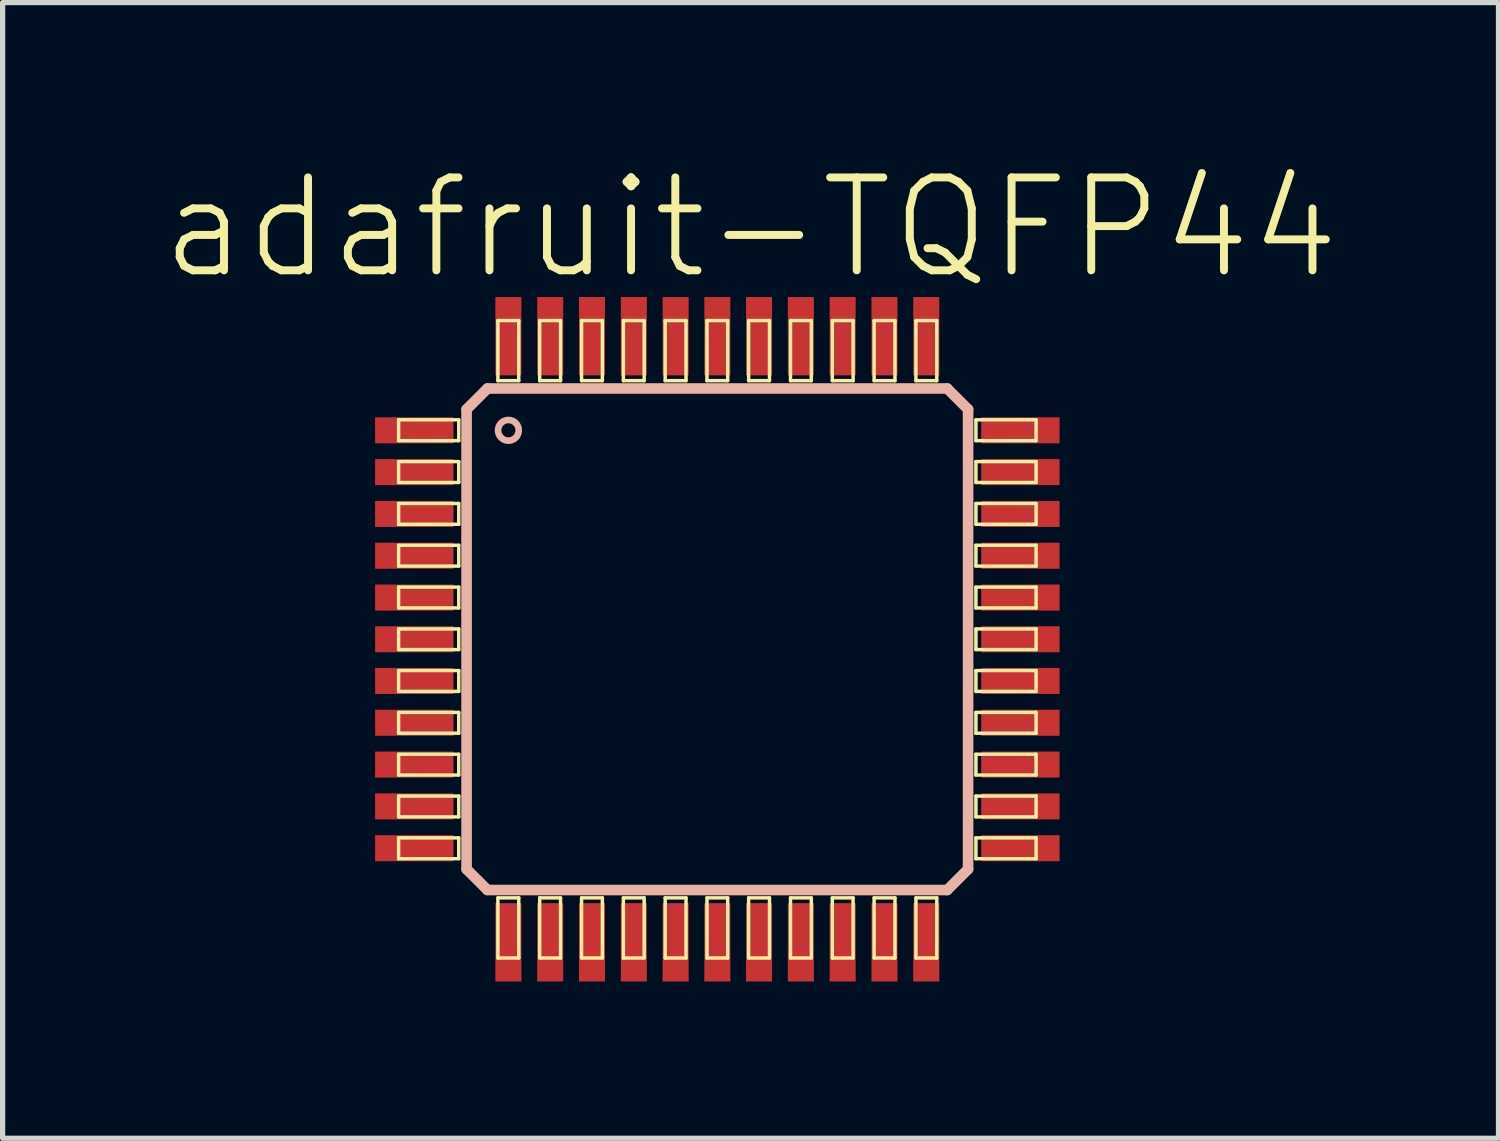
<source format=kicad_pcb>
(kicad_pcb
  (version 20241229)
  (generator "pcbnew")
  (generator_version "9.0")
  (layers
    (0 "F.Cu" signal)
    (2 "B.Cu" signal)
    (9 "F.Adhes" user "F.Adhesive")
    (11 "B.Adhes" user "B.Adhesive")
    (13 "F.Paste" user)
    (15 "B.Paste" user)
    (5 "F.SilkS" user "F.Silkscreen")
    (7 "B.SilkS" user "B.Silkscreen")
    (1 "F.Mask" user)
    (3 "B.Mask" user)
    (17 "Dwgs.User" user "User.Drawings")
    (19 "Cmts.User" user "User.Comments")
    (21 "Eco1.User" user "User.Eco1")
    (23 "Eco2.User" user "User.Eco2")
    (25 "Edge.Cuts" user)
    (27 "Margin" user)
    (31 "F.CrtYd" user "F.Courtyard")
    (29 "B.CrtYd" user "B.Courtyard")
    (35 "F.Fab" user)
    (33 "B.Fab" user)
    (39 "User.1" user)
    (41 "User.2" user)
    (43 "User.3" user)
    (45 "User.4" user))
  (footprint "adafruit-TQFP44"
    (layer "F.Cu")
    (at 10.676 9.182)
    (property "Reference" "adafruit-TQFP44" (at 0.635 -7.874 0) (layer "F.SilkS") (effects (font (size 1.778 1.778) (thickness 0.152))))
    (attr smd)
    (fp_line (start -6.099 -4.199) (end -4.948 -4.199) (stroke (width 0.066) (type solid)) (layer "F.SilkS"))
    (fp_line (start -6.099 -3.8) (end -6.099 -4.199) (stroke (width 0.066) (type solid)) (layer "F.SilkS"))
    (fp_line (start -6.099 -3.8) (end -4.948 -3.8) (stroke (width 0.066) (type solid)) (layer "F.SilkS"))
    (fp_line (start -6.099 -3.399) (end -4.948 -3.399) (stroke (width 0.066) (type solid)) (layer "F.SilkS"))
    (fp_line (start -6.099 -3) (end -6.099 -3.399) (stroke (width 0.066) (type solid)) (layer "F.SilkS"))
    (fp_line (start -6.099 -3) (end -4.948 -3) (stroke (width 0.066) (type solid)) (layer "F.SilkS"))
    (fp_line (start -6.099 -2.598) (end -4.948 -2.598) (stroke (width 0.066) (type solid)) (layer "F.SilkS"))
    (fp_line (start -6.099 -2.2) (end -6.099 -2.598) (stroke (width 0.066) (type solid)) (layer "F.SilkS"))
    (fp_line (start -6.099 -2.2) (end -4.948 -2.2) (stroke (width 0.066) (type solid)) (layer "F.SilkS"))
    (fp_line (start -6.099 -1.798) (end -4.948 -1.798) (stroke (width 0.066) (type solid)) (layer "F.SilkS"))
    (fp_line (start -6.099 -1.4) (end -6.099 -1.798) (stroke (width 0.066) (type solid)) (layer "F.SilkS"))
    (fp_line (start -6.099 -1.4) (end -4.948 -1.4) (stroke (width 0.066) (type solid)) (layer "F.SilkS"))
    (fp_line (start -6.099 -0.998) (end -4.948 -0.998) (stroke (width 0.066) (type solid)) (layer "F.SilkS"))
    (fp_line (start -6.099 -0.599) (end -6.099 -0.998) (stroke (width 0.066) (type solid)) (layer "F.SilkS"))
    (fp_line (start -6.099 -0.599) (end -4.948 -0.599) (stroke (width 0.066) (type solid)) (layer "F.SilkS"))
    (fp_line (start -6.099 -0.198) (end -4.948 -0.198) (stroke (width 0.066) (type solid)) (layer "F.SilkS"))
    (fp_line (start -6.099 0.198) (end -6.099 -0.198) (stroke (width 0.066) (type solid)) (layer "F.SilkS"))
    (fp_line (start -6.099 0.198) (end -4.948 0.198) (stroke (width 0.066) (type solid)) (layer "F.SilkS"))
    (fp_line (start -6.099 0.599) (end -4.948 0.599) (stroke (width 0.066) (type solid)) (layer "F.SilkS"))
    (fp_line (start -6.099 0.998) (end -6.099 0.599) (stroke (width 0.066) (type solid)) (layer "F.SilkS"))
    (fp_line (start -6.099 0.998) (end -4.948 0.998) (stroke (width 0.066) (type solid)) (layer "F.SilkS"))
    (fp_line (start -6.099 1.4) (end -4.948 1.4) (stroke (width 0.066) (type solid)) (layer "F.SilkS"))
    (fp_line (start -6.099 1.798) (end -6.099 1.4) (stroke (width 0.066) (type solid)) (layer "F.SilkS"))
    (fp_line (start -6.099 1.798) (end -4.948 1.798) (stroke (width 0.066) (type solid)) (layer "F.SilkS"))
    (fp_line (start -6.099 2.2) (end -4.948 2.2) (stroke (width 0.066) (type solid)) (layer "F.SilkS"))
    (fp_line (start -6.099 2.598) (end -6.099 2.2) (stroke (width 0.066) (type solid)) (layer "F.SilkS"))
    (fp_line (start -6.099 2.598) (end -4.948 2.598) (stroke (width 0.066) (type solid)) (layer "F.SilkS"))
    (fp_line (start -6.099 3) (end -4.948 3) (stroke (width 0.066) (type solid)) (layer "F.SilkS"))
    (fp_line (start -6.099 3.399) (end -6.099 3) (stroke (width 0.066) (type solid)) (layer "F.SilkS"))
    (fp_line (start -6.099 3.399) (end -4.948 3.399) (stroke (width 0.066) (type solid)) (layer "F.SilkS"))
    (fp_line (start -6.099 3.8) (end -4.948 3.8) (stroke (width 0.066) (type solid)) (layer "F.SilkS"))
    (fp_line (start -6.099 4.199) (end -6.099 3.8) (stroke (width 0.066) (type solid)) (layer "F.SilkS"))
    (fp_line (start -6.099 4.199) (end -4.948 4.199) (stroke (width 0.066) (type solid)) (layer "F.SilkS"))
    (fp_line (start -4.948 -3.8) (end -4.948 -4.199) (stroke (width 0.066) (type solid)) (layer "F.SilkS"))
    (fp_line (start -4.948 -3) (end -4.948 -3.399) (stroke (width 0.066) (type solid)) (layer "F.SilkS"))
    (fp_line (start -4.948 -2.2) (end -4.948 -2.598) (stroke (width 0.066) (type solid)) (layer "F.SilkS"))
    (fp_line (start -4.948 -1.4) (end -4.948 -1.798) (stroke (width 0.066) (type solid)) (layer "F.SilkS"))
    (fp_line (start -4.948 -0.599) (end -4.948 -0.998) (stroke (width 0.066) (type solid)) (layer "F.SilkS"))
    (fp_line (start -4.948 0.198) (end -4.948 -0.198) (stroke (width 0.066) (type solid)) (layer "F.SilkS"))
    (fp_line (start -4.948 0.998) (end -4.948 0.599) (stroke (width 0.066) (type solid)) (layer "F.SilkS"))
    (fp_line (start -4.948 1.798) (end -4.948 1.4) (stroke (width 0.066) (type solid)) (layer "F.SilkS"))
    (fp_line (start -4.948 2.598) (end -4.948 2.2) (stroke (width 0.066) (type solid)) (layer "F.SilkS"))
    (fp_line (start -4.948 3.399) (end -4.948 3) (stroke (width 0.066) (type solid)) (layer "F.SilkS"))
    (fp_line (start -4.948 4.199) (end -4.948 3.8) (stroke (width 0.066) (type solid)) (layer "F.SilkS"))
    (fp_line (start -4.199 -6.099) (end -3.8 -6.099) (stroke (width 0.066) (type solid)) (layer "F.SilkS"))
    (fp_line (start -4.199 -4.948) (end -4.199 -6.099) (stroke (width 0.066) (type solid)) (layer "F.SilkS"))
    (fp_line (start -4.199 -4.948) (end -3.8 -4.948) (stroke (width 0.066) (type solid)) (layer "F.SilkS"))
    (fp_line (start -4.199 4.948) (end -3.8 4.948) (stroke (width 0.066) (type solid)) (layer "F.SilkS"))
    (fp_line (start -4.199 6.099) (end -4.199 4.948) (stroke (width 0.066) (type solid)) (layer "F.SilkS"))
    (fp_line (start -4.199 6.099) (end -3.8 6.099) (stroke (width 0.066) (type solid)) (layer "F.SilkS"))
    (fp_line (start -3.8 -4.948) (end -3.8 -6.099) (stroke (width 0.066) (type solid)) (layer "F.SilkS"))
    (fp_line (start -3.8 6.099) (end -3.8 4.948) (stroke (width 0.066) (type solid)) (layer "F.SilkS"))
    (fp_line (start -3.399 -6.099) (end -3 -6.099) (stroke (width 0.066) (type solid)) (layer "F.SilkS"))
    (fp_line (start -3.399 -4.948) (end -3.399 -6.099) (stroke (width 0.066) (type solid)) (layer "F.SilkS"))
    (fp_line (start -3.399 -4.948) (end -3 -4.948) (stroke (width 0.066) (type solid)) (layer "F.SilkS"))
    (fp_line (start -3.399 4.948) (end -3 4.948) (stroke (width 0.066) (type solid)) (layer "F.SilkS"))
    (fp_line (start -3.399 6.099) (end -3.399 4.948) (stroke (width 0.066) (type solid)) (layer "F.SilkS"))
    (fp_line (start -3.399 6.099) (end -3 6.099) (stroke (width 0.066) (type solid)) (layer "F.SilkS"))
    (fp_line (start -3 -4.948) (end -3 -6.099) (stroke (width 0.066) (type solid)) (layer "F.SilkS"))
    (fp_line (start -3 6.099) (end -3 4.948) (stroke (width 0.066) (type solid)) (layer "F.SilkS"))
    (fp_line (start -2.598 -6.099) (end -2.2 -6.099) (stroke (width 0.066) (type solid)) (layer "F.SilkS"))
    (fp_line (start -2.598 -4.948) (end -2.598 -6.099) (stroke (width 0.066) (type solid)) (layer "F.SilkS"))
    (fp_line (start -2.598 -4.948) (end -2.2 -4.948) (stroke (width 0.066) (type solid)) (layer "F.SilkS"))
    (fp_line (start -2.598 4.948) (end -2.2 4.948) (stroke (width 0.066) (type solid)) (layer "F.SilkS"))
    (fp_line (start -2.598 6.099) (end -2.598 4.948) (stroke (width 0.066) (type solid)) (layer "F.SilkS"))
    (fp_line (start -2.598 6.099) (end -2.2 6.099) (stroke (width 0.066) (type solid)) (layer "F.SilkS"))
    (fp_line (start -2.2 -4.948) (end -2.2 -6.099) (stroke (width 0.066) (type solid)) (layer "F.SilkS"))
    (fp_line (start -2.2 6.099) (end -2.2 4.948) (stroke (width 0.066) (type solid)) (layer "F.SilkS"))
    (fp_line (start -1.798 -6.099) (end -1.4 -6.099) (stroke (width 0.066) (type solid)) (layer "F.SilkS"))
    (fp_line (start -1.798 -4.948) (end -1.798 -6.099) (stroke (width 0.066) (type solid)) (layer "F.SilkS"))
    (fp_line (start -1.798 -4.948) (end -1.4 -4.948) (stroke (width 0.066) (type solid)) (layer "F.SilkS"))
    (fp_line (start -1.798 4.948) (end -1.4 4.948) (stroke (width 0.066) (type solid)) (layer "F.SilkS"))
    (fp_line (start -1.798 6.099) (end -1.798 4.948) (stroke (width 0.066) (type solid)) (layer "F.SilkS"))
    (fp_line (start -1.798 6.099) (end -1.4 6.099) (stroke (width 0.066) (type solid)) (layer "F.SilkS"))
    (fp_line (start -1.4 -4.948) (end -1.4 -6.099) (stroke (width 0.066) (type solid)) (layer "F.SilkS"))
    (fp_line (start -1.4 6.099) (end -1.4 4.948) (stroke (width 0.066) (type solid)) (layer "F.SilkS"))
    (fp_line (start -0.998 -6.099) (end -0.599 -6.099) (stroke (width 0.066) (type solid)) (layer "F.SilkS"))
    (fp_line (start -0.998 -4.948) (end -0.998 -6.099) (stroke (width 0.066) (type solid)) (layer "F.SilkS"))
    (fp_line (start -0.998 -4.948) (end -0.599 -4.948) (stroke (width 0.066) (type solid)) (layer "F.SilkS"))
    (fp_line (start -0.998 4.948) (end -0.599 4.948) (stroke (width 0.066) (type solid)) (layer "F.SilkS"))
    (fp_line (start -0.998 6.099) (end -0.998 4.948) (stroke (width 0.066) (type solid)) (layer "F.SilkS"))
    (fp_line (start -0.998 6.099) (end -0.599 6.099) (stroke (width 0.066) (type solid)) (layer "F.SilkS"))
    (fp_line (start -0.599 -4.948) (end -0.599 -6.099) (stroke (width 0.066) (type solid)) (layer "F.SilkS"))
    (fp_line (start -0.599 6.099) (end -0.599 4.948) (stroke (width 0.066) (type solid)) (layer "F.SilkS"))
    (fp_line (start -0.198 -6.099) (end 0.198 -6.099) (stroke (width 0.066) (type solid)) (layer "F.SilkS"))
    (fp_line (start -0.198 -4.948) (end -0.198 -6.099) (stroke (width 0.066) (type solid)) (layer "F.SilkS"))
    (fp_line (start -0.198 -4.948) (end 0.198 -4.948) (stroke (width 0.066) (type solid)) (layer "F.SilkS"))
    (fp_line (start -0.198 4.948) (end 0.198 4.948) (stroke (width 0.066) (type solid)) (layer "F.SilkS"))
    (fp_line (start -0.198 6.099) (end -0.198 4.948) (stroke (width 0.066) (type solid)) (layer "F.SilkS"))
    (fp_line (start -0.198 6.099) (end 0.198 6.099) (stroke (width 0.066) (type solid)) (layer "F.SilkS"))
    (fp_line (start 0.198 -4.948) (end 0.198 -6.099) (stroke (width 0.066) (type solid)) (layer "F.SilkS"))
    (fp_line (start 0.198 6.099) (end 0.198 4.948) (stroke (width 0.066) (type solid)) (layer "F.SilkS"))
    (fp_line (start 0.599 -6.099) (end 0.998 -6.099) (stroke (width 0.066) (type solid)) (layer "F.SilkS"))
    (fp_line (start 0.599 -4.948) (end 0.599 -6.099) (stroke (width 0.066) (type solid)) (layer "F.SilkS"))
    (fp_line (start 0.599 -4.948) (end 0.998 -4.948) (stroke (width 0.066) (type solid)) (layer "F.SilkS"))
    (fp_line (start 0.599 4.948) (end 0.998 4.948) (stroke (width 0.066) (type solid)) (layer "F.SilkS"))
    (fp_line (start 0.599 6.099) (end 0.599 4.948) (stroke (width 0.066) (type solid)) (layer "F.SilkS"))
    (fp_line (start 0.599 6.099) (end 0.998 6.099) (stroke (width 0.066) (type solid)) (layer "F.SilkS"))
    (fp_line (start 0.998 -4.948) (end 0.998 -6.099) (stroke (width 0.066) (type solid)) (layer "F.SilkS"))
    (fp_line (start 0.998 6.099) (end 0.998 4.948) (stroke (width 0.066) (type solid)) (layer "F.SilkS"))
    (fp_line (start 1.4 -6.099) (end 1.798 -6.099) (stroke (width 0.066) (type solid)) (layer "F.SilkS"))
    (fp_line (start 1.4 -4.948) (end 1.4 -6.099) (stroke (width 0.066) (type solid)) (layer "F.SilkS"))
    (fp_line (start 1.4 -4.948) (end 1.798 -4.948) (stroke (width 0.066) (type solid)) (layer "F.SilkS"))
    (fp_line (start 1.4 4.948) (end 1.798 4.948) (stroke (width 0.066) (type solid)) (layer "F.SilkS"))
    (fp_line (start 1.4 6.099) (end 1.4 4.948) (stroke (width 0.066) (type solid)) (layer "F.SilkS"))
    (fp_line (start 1.4 6.099) (end 1.798 6.099) (stroke (width 0.066) (type solid)) (layer "F.SilkS"))
    (fp_line (start 1.798 -4.948) (end 1.798 -6.099) (stroke (width 0.066) (type solid)) (layer "F.SilkS"))
    (fp_line (start 1.798 6.099) (end 1.798 4.948) (stroke (width 0.066) (type solid)) (layer "F.SilkS"))
    (fp_line (start 2.2 -6.099) (end 2.598 -6.099) (stroke (width 0.066) (type solid)) (layer "F.SilkS"))
    (fp_line (start 2.2 -4.948) (end 2.2 -6.099) (stroke (width 0.066) (type solid)) (layer "F.SilkS"))
    (fp_line (start 2.2 -4.948) (end 2.598 -4.948) (stroke (width 0.066) (type solid)) (layer "F.SilkS"))
    (fp_line (start 2.2 4.948) (end 2.598 4.948) (stroke (width 0.066) (type solid)) (layer "F.SilkS"))
    (fp_line (start 2.2 6.099) (end 2.2 4.948) (stroke (width 0.066) (type solid)) (layer "F.SilkS"))
    (fp_line (start 2.2 6.099) (end 2.598 6.099) (stroke (width 0.066) (type solid)) (layer "F.SilkS"))
    (fp_line (start 2.598 -4.948) (end 2.598 -6.099) (stroke (width 0.066) (type solid)) (layer "F.SilkS"))
    (fp_line (start 2.598 6.099) (end 2.598 4.948) (stroke (width 0.066) (type solid)) (layer "F.SilkS"))
    (fp_line (start 3 -6.099) (end 3.399 -6.099) (stroke (width 0.066) (type solid)) (layer "F.SilkS"))
    (fp_line (start 3 -4.948) (end 3 -6.099) (stroke (width 0.066) (type solid)) (layer "F.SilkS"))
    (fp_line (start 3 -4.948) (end 3.399 -4.948) (stroke (width 0.066) (type solid)) (layer "F.SilkS"))
    (fp_line (start 3 4.948) (end 3.399 4.948) (stroke (width 0.066) (type solid)) (layer "F.SilkS"))
    (fp_line (start 3 6.099) (end 3 4.948) (stroke (width 0.066) (type solid)) (layer "F.SilkS"))
    (fp_line (start 3 6.099) (end 3.399 6.099) (stroke (width 0.066) (type solid)) (layer "F.SilkS"))
    (fp_line (start 3.399 -4.948) (end 3.399 -6.099) (stroke (width 0.066) (type solid)) (layer "F.SilkS"))
    (fp_line (start 3.399 6.099) (end 3.399 4.948) (stroke (width 0.066) (type solid)) (layer "F.SilkS"))
    (fp_line (start 3.8 -6.099) (end 4.199 -6.099) (stroke (width 0.066) (type solid)) (layer "F.SilkS"))
    (fp_line (start 3.8 -4.948) (end 3.8 -6.099) (stroke (width 0.066) (type solid)) (layer "F.SilkS"))
    (fp_line (start 3.8 -4.948) (end 4.199 -4.948) (stroke (width 0.066) (type solid)) (layer "F.SilkS"))
    (fp_line (start 3.8 4.948) (end 4.199 4.948) (stroke (width 0.066) (type solid)) (layer "F.SilkS"))
    (fp_line (start 3.8 6.099) (end 3.8 4.948) (stroke (width 0.066) (type solid)) (layer "F.SilkS"))
    (fp_line (start 3.8 6.099) (end 4.199 6.099) (stroke (width 0.066) (type solid)) (layer "F.SilkS"))
    (fp_line (start 4.199 -4.948) (end 4.199 -6.099) (stroke (width 0.066) (type solid)) (layer "F.SilkS"))
    (fp_line (start 4.199 6.099) (end 4.199 4.948) (stroke (width 0.066) (type solid)) (layer "F.SilkS"))
    (fp_line (start 4.948 -4.199) (end 6.099 -4.199) (stroke (width 0.066) (type solid)) (layer "F.SilkS"))
    (fp_line (start 4.948 -3.8) (end 4.948 -4.199) (stroke (width 0.066) (type solid)) (layer "F.SilkS"))
    (fp_line (start 4.948 -3.8) (end 6.099 -3.8) (stroke (width 0.066) (type solid)) (layer "F.SilkS"))
    (fp_line (start 4.948 -3.399) (end 6.099 -3.399) (stroke (width 0.066) (type solid)) (layer "F.SilkS"))
    (fp_line (start 4.948 -3) (end 4.948 -3.399) (stroke (width 0.066) (type solid)) (layer "F.SilkS"))
    (fp_line (start 4.948 -3) (end 6.099 -3) (stroke (width 0.066) (type solid)) (layer "F.SilkS"))
    (fp_line (start 4.948 -2.598) (end 6.099 -2.598) (stroke (width 0.066) (type solid)) (layer "F.SilkS"))
    (fp_line (start 4.948 -2.2) (end 4.948 -2.598) (stroke (width 0.066) (type solid)) (layer "F.SilkS"))
    (fp_line (start 4.948 -2.2) (end 6.099 -2.2) (stroke (width 0.066) (type solid)) (layer "F.SilkS"))
    (fp_line (start 4.948 -1.798) (end 6.099 -1.798) (stroke (width 0.066) (type solid)) (layer "F.SilkS"))
    (fp_line (start 4.948 -1.4) (end 4.948 -1.798) (stroke (width 0.066) (type solid)) (layer "F.SilkS"))
    (fp_line (start 4.948 -1.4) (end 6.099 -1.4) (stroke (width 0.066) (type solid)) (layer "F.SilkS"))
    (fp_line (start 4.948 -0.998) (end 6.099 -0.998) (stroke (width 0.066) (type solid)) (layer "F.SilkS"))
    (fp_line (start 4.948 -0.599) (end 4.948 -0.998) (stroke (width 0.066) (type solid)) (layer "F.SilkS"))
    (fp_line (start 4.948 -0.599) (end 6.099 -0.599) (stroke (width 0.066) (type solid)) (layer "F.SilkS"))
    (fp_line (start 4.948 -0.198) (end 6.099 -0.198) (stroke (width 0.066) (type solid)) (layer "F.SilkS"))
    (fp_line (start 4.948 0.198) (end 4.948 -0.198) (stroke (width 0.066) (type solid)) (layer "F.SilkS"))
    (fp_line (start 4.948 0.198) (end 6.099 0.198) (stroke (width 0.066) (type solid)) (layer "F.SilkS"))
    (fp_line (start 4.948 0.599) (end 6.099 0.599) (stroke (width 0.066) (type solid)) (layer "F.SilkS"))
    (fp_line (start 4.948 0.998) (end 4.948 0.599) (stroke (width 0.066) (type solid)) (layer "F.SilkS"))
    (fp_line (start 4.948 0.998) (end 6.099 0.998) (stroke (width 0.066) (type solid)) (layer "F.SilkS"))
    (fp_line (start 4.948 1.4) (end 6.099 1.4) (stroke (width 0.066) (type solid)) (layer "F.SilkS"))
    (fp_line (start 4.948 1.798) (end 4.948 1.4) (stroke (width 0.066) (type solid)) (layer "F.SilkS"))
    (fp_line (start 4.948 1.798) (end 6.099 1.798) (stroke (width 0.066) (type solid)) (layer "F.SilkS"))
    (fp_line (start 4.948 2.2) (end 6.099 2.2) (stroke (width 0.066) (type solid)) (layer "F.SilkS"))
    (fp_line (start 4.948 2.598) (end 4.948 2.2) (stroke (width 0.066) (type solid)) (layer "F.SilkS"))
    (fp_line (start 4.948 2.598) (end 6.099 2.598) (stroke (width 0.066) (type solid)) (layer "F.SilkS"))
    (fp_line (start 4.948 3) (end 6.099 3) (stroke (width 0.066) (type solid)) (layer "F.SilkS"))
    (fp_line (start 4.948 3.399) (end 4.948 3) (stroke (width 0.066) (type solid)) (layer "F.SilkS"))
    (fp_line (start 4.948 3.399) (end 6.099 3.399) (stroke (width 0.066) (type solid)) (layer "F.SilkS"))
    (fp_line (start 4.948 3.8) (end 6.099 3.8) (stroke (width 0.066) (type solid)) (layer "F.SilkS"))
    (fp_line (start 4.948 4.199) (end 4.948 3.8) (stroke (width 0.066) (type solid)) (layer "F.SilkS"))
    (fp_line (start 4.948 4.199) (end 6.099 4.199) (stroke (width 0.066) (type solid)) (layer "F.SilkS"))
    (fp_line (start 6.099 -3.8) (end 6.099 -4.199) (stroke (width 0.066) (type solid)) (layer "F.SilkS"))
    (fp_line (start 6.099 -3) (end 6.099 -3.399) (stroke (width 0.066) (type solid)) (layer "F.SilkS"))
    (fp_line (start 6.099 -2.2) (end 6.099 -2.598) (stroke (width 0.066) (type solid)) (layer "F.SilkS"))
    (fp_line (start 6.099 -1.4) (end 6.099 -1.798) (stroke (width 0.066) (type solid)) (layer "F.SilkS"))
    (fp_line (start 6.099 -0.599) (end 6.099 -0.998) (stroke (width 0.066) (type solid)) (layer "F.SilkS"))
    (fp_line (start 6.099 0.198) (end 6.099 -0.198) (stroke (width 0.066) (type solid)) (layer "F.SilkS"))
    (fp_line (start 6.099 0.998) (end 6.099 0.599) (stroke (width 0.066) (type solid)) (layer "F.SilkS"))
    (fp_line (start 6.099 1.798) (end 6.099 1.4) (stroke (width 0.066) (type solid)) (layer "F.SilkS"))
    (fp_line (start 6.099 2.598) (end 6.099 2.2) (stroke (width 0.066) (type solid)) (layer "F.SilkS"))
    (fp_line (start 6.099 3.399) (end 6.099 3) (stroke (width 0.066) (type solid)) (layer "F.SilkS"))
    (fp_line (start 6.099 4.199) (end 6.099 3.8) (stroke (width 0.066) (type solid)) (layer "F.SilkS"))
    (fp_line (start -4.798 -4.399) (end -4.399 -4.798) (stroke (width 0.203) (type solid)) (layer "B.SilkS"))
    (fp_line (start -4.798 4.399) (end -4.798 -4.399) (stroke (width 0.203) (type solid)) (layer "B.SilkS"))
    (fp_line (start -4.399 -4.798) (end 4.399 -4.798) (stroke (width 0.203) (type solid)) (layer "B.SilkS"))
    (fp_line (start -4.399 4.798) (end -4.798 4.399) (stroke (width 0.203) (type solid)) (layer "B.SilkS"))
    (fp_line (start 4.399 -4.798) (end 4.798 -4.399) (stroke (width 0.203) (type solid)) (layer "B.SilkS"))
    (fp_line (start 4.399 4.798) (end -4.399 4.798) (stroke (width 0.203) (type solid)) (layer "B.SilkS"))
    (fp_line (start 4.798 -4.399) (end 4.798 4.399) (stroke (width 0.203) (type solid)) (layer "B.SilkS"))
    (fp_line (start 4.798 4.399) (end 4.399 4.798) (stroke (width 0.203) (type solid)) (layer "B.SilkS"))
    (fp_circle (center -3.998 -3.998) (end -4.138 -4.138) (stroke (width 0.127) (type solid)) (fill no) (layer "B.SilkS"))
    (pad "1" smd rect (at -5.799 -3.998) (size 1.499 0.498) (layers "F.Cu" "F.Mask" "F.Paste"))
    (pad "2" smd rect (at -5.799 -3.198) (size 1.499 0.498) (layers "F.Cu" "F.Mask" "F.Paste"))
    (pad "3" smd rect (at -5.799 -2.398) (size 1.499 0.498) (layers "F.Cu" "F.Mask" "F.Paste"))
    (pad "4" smd rect (at -5.799 -1.598) (size 1.499 0.498) (layers "F.Cu" "F.Mask" "F.Paste"))
    (pad "5" smd rect (at -5.799 -0.798) (size 1.499 0.498) (layers "F.Cu" "F.Mask" "F.Paste"))
    (pad "6" smd rect (at -5.799 0) (size 1.499 0.498) (layers "F.Cu" "F.Mask" "F.Paste"))
    (pad "7" smd rect (at -5.799 0.798) (size 1.499 0.498) (layers "F.Cu" "F.Mask" "F.Paste"))
    (pad "8" smd rect (at -5.799 1.598) (size 1.499 0.498) (layers "F.Cu" "F.Mask" "F.Paste"))
    (pad "9" smd rect (at -5.799 2.398) (size 1.499 0.498) (layers "F.Cu" "F.Mask" "F.Paste"))
    (pad "10" smd rect (at -5.799 3.198) (size 1.499 0.498) (layers "F.Cu" "F.Mask" "F.Paste"))
    (pad "11" smd rect (at -5.799 3.998) (size 1.499 0.498) (layers "F.Cu" "F.Mask" "F.Paste"))
    (pad "12" smd rect (at -3.998 5.799) (size 0.498 1.499) (layers "F.Cu" "F.Mask" "F.Paste"))
    (pad "13" smd rect (at -3.198 5.799) (size 0.498 1.499) (layers "F.Cu" "F.Mask" "F.Paste"))
    (pad "14" smd rect (at -2.398 5.799) (size 0.498 1.499) (layers "F.Cu" "F.Mask" "F.Paste"))
    (pad "15" smd rect (at -1.598 5.799) (size 0.498 1.499) (layers "F.Cu" "F.Mask" "F.Paste"))
    (pad "16" smd rect (at -0.798 5.799) (size 0.498 1.499) (layers "F.Cu" "F.Mask" "F.Paste"))
    (pad "17" smd rect (at 0 5.799) (size 0.498 1.499) (layers "F.Cu" "F.Mask" "F.Paste"))
    (pad "18" smd rect (at 0.798 5.799) (size 0.498 1.499) (layers "F.Cu" "F.Mask" "F.Paste"))
    (pad "19" smd rect (at 1.598 5.799) (size 0.498 1.499) (layers "F.Cu" "F.Mask" "F.Paste"))
    (pad "20" smd rect (at 2.398 5.799) (size 0.498 1.499) (layers "F.Cu" "F.Mask" "F.Paste"))
    (pad "21" smd rect (at 3.198 5.799) (size 0.498 1.499) (layers "F.Cu" "F.Mask" "F.Paste"))
    (pad "22" smd rect (at 3.998 5.799) (size 0.498 1.499) (layers "F.Cu" "F.Mask" "F.Paste"))
    (pad "23" smd rect (at 5.799 3.998) (size 1.499 0.498) (layers "F.Cu" "F.Mask" "F.Paste"))
    (pad "24" smd rect (at 5.799 3.198) (size 1.499 0.498) (layers "F.Cu" "F.Mask" "F.Paste"))
    (pad "25" smd rect (at 5.799 2.398) (size 1.499 0.498) (layers "F.Cu" "F.Mask" "F.Paste"))
    (pad "26" smd rect (at 5.799 1.598) (size 1.499 0.498) (layers "F.Cu" "F.Mask" "F.Paste"))
    (pad "27" smd rect (at 5.799 0.798) (size 1.499 0.498) (layers "F.Cu" "F.Mask" "F.Paste"))
    (pad "28" smd rect (at 5.799 0) (size 1.499 0.498) (layers "F.Cu" "F.Mask" "F.Paste"))
    (pad "29" smd rect (at 5.799 -0.798) (size 1.499 0.498) (layers "F.Cu" "F.Mask" "F.Paste"))
    (pad "30" smd rect (at 5.799 -1.598) (size 1.499 0.498) (layers "F.Cu" "F.Mask" "F.Paste"))
    (pad "31" smd rect (at 5.799 -2.398) (size 1.499 0.498) (layers "F.Cu" "F.Mask" "F.Paste"))
    (pad "32" smd rect (at 5.799 -3.198) (size 1.499 0.498) (layers "F.Cu" "F.Mask" "F.Paste"))
    (pad "33" smd rect (at 5.799 -3.998) (size 1.499 0.498) (layers "F.Cu" "F.Mask" "F.Paste"))
    (pad "34" smd rect (at 3.998 -5.799) (size 0.498 1.499) (layers "F.Cu" "F.Mask" "F.Paste"))
    (pad "35" smd rect (at 3.198 -5.799) (size 0.498 1.499) (layers "F.Cu" "F.Mask" "F.Paste"))
    (pad "36" smd rect (at 2.398 -5.799) (size 0.498 1.499) (layers "F.Cu" "F.Mask" "F.Paste"))
    (pad "37" smd rect (at 1.598 -5.799) (size 0.498 1.499) (layers "F.Cu" "F.Mask" "F.Paste"))
    (pad "38" smd rect (at 0.798 -5.799) (size 0.498 1.499) (layers "F.Cu" "F.Mask" "F.Paste"))
    (pad "39" smd rect (at 0 -5.799) (size 0.498 1.499) (layers "F.Cu" "F.Mask" "F.Paste"))
    (pad "40" smd rect (at -0.798 -5.799) (size 0.498 1.499) (layers "F.Cu" "F.Mask" "F.Paste"))
    (pad "41" smd rect (at -1.598 -5.799) (size 0.498 1.499) (layers "F.Cu" "F.Mask" "F.Paste"))
    (pad "42" smd rect (at -2.398 -5.799) (size 0.498 1.499) (layers "F.Cu" "F.Mask" "F.Paste"))
    (pad "43" smd rect (at -3.198 -5.799) (size 0.498 1.499) (layers "F.Cu" "F.Mask" "F.Paste"))
    (pad "44" smd rect (at -3.998 -5.799) (size 0.498 1.499) (layers "F.Cu" "F.Mask" "F.Paste")))
  (gr_rect
    (start -3 -3)
    (end 25.623 18.73)
    (stroke (width 0.1) (type default))
    (fill no)
    (layer "Edge.Cuts")))
</source>
